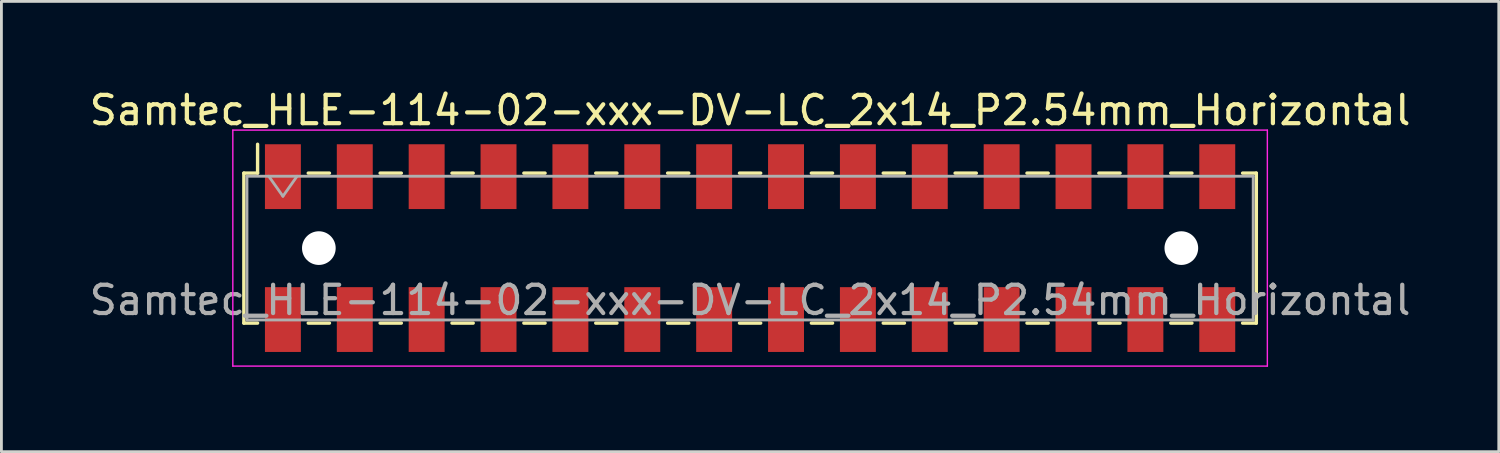
<source format=kicad_pcb>
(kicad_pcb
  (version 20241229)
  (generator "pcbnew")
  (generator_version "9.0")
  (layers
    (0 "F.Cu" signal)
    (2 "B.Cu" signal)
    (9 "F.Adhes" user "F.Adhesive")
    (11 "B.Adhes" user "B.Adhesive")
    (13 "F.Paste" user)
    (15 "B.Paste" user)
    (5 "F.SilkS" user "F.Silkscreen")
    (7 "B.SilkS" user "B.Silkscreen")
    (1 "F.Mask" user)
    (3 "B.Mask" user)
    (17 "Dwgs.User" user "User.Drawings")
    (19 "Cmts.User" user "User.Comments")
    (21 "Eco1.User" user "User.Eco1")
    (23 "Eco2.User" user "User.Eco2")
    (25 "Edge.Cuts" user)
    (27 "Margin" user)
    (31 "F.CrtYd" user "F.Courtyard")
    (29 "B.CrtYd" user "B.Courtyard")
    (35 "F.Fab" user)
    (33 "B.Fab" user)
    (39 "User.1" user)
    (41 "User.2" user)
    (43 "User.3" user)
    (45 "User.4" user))
  (footprint "Samtec_HLE-114-02-xxx-DV-LC_2x14_P2.54mm_Horizontal"
    (layer "F.Cu")
    (at 23.458 5.718)
    (property "Reference" "Samtec_HLE-114-02-xxx-DV-LC_2x14_P2.54mm_Horizontal" (at 0 -4.87 0) (layer "F.SilkS") (effects (font (size 1 1) (thickness 0.15))))
    (attr smd)
    (fp_line (start -17.89 -2.65) (end -17.89 2.65) (stroke (width 0.12) (type solid)) (layer "F.SilkS"))
    (fp_line (start -17.89 2.65) (end -17.405 2.65) (stroke (width 0.12) (type solid)) (layer "F.SilkS"))
    (fp_line (start -17.405 -3.67) (end -17.405 -2.65) (stroke (width 0.12) (type solid)) (layer "F.SilkS"))
    (fp_line (start -17.405 -2.65) (end -17.89 -2.65) (stroke (width 0.12) (type solid)) (layer "F.SilkS"))
    (fp_line (start -15.615 -2.65) (end -14.865 -2.65) (stroke (width 0.12) (type solid)) (layer "F.SilkS"))
    (fp_line (start -15.615 2.65) (end -14.865 2.65) (stroke (width 0.12) (type solid)) (layer "F.SilkS"))
    (fp_line (start -13.075 -2.65) (end -12.325 -2.65) (stroke (width 0.12) (type solid)) (layer "F.SilkS"))
    (fp_line (start -13.075 2.65) (end -12.325 2.65) (stroke (width 0.12) (type solid)) (layer "F.SilkS"))
    (fp_line (start -10.535 -2.65) (end -9.785 -2.65) (stroke (width 0.12) (type solid)) (layer "F.SilkS"))
    (fp_line (start -10.535 2.65) (end -9.785 2.65) (stroke (width 0.12) (type solid)) (layer "F.SilkS"))
    (fp_line (start -7.995 -2.65) (end -7.245 -2.65) (stroke (width 0.12) (type solid)) (layer "F.SilkS"))
    (fp_line (start -7.995 2.65) (end -7.245 2.65) (stroke (width 0.12) (type solid)) (layer "F.SilkS"))
    (fp_line (start -5.455 -2.65) (end -4.705 -2.65) (stroke (width 0.12) (type solid)) (layer "F.SilkS"))
    (fp_line (start -5.455 2.65) (end -4.705 2.65) (stroke (width 0.12) (type solid)) (layer "F.SilkS"))
    (fp_line (start -2.915 -2.65) (end -2.165 -2.65) (stroke (width 0.12) (type solid)) (layer "F.SilkS"))
    (fp_line (start -2.915 2.65) (end -2.165 2.65) (stroke (width 0.12) (type solid)) (layer "F.SilkS"))
    (fp_line (start -0.375 -2.65) (end 0.375 -2.65) (stroke (width 0.12) (type solid)) (layer "F.SilkS"))
    (fp_line (start -0.375 2.65) (end 0.375 2.65) (stroke (width 0.12) (type solid)) (layer "F.SilkS"))
    (fp_line (start 2.165 -2.65) (end 2.915 -2.65) (stroke (width 0.12) (type solid)) (layer "F.SilkS"))
    (fp_line (start 2.165 2.65) (end 2.915 2.65) (stroke (width 0.12) (type solid)) (layer "F.SilkS"))
    (fp_line (start 4.705 -2.65) (end 5.455 -2.65) (stroke (width 0.12) (type solid)) (layer "F.SilkS"))
    (fp_line (start 4.705 2.65) (end 5.455 2.65) (stroke (width 0.12) (type solid)) (layer "F.SilkS"))
    (fp_line (start 7.245 -2.65) (end 7.995 -2.65) (stroke (width 0.12) (type solid)) (layer "F.SilkS"))
    (fp_line (start 7.245 2.65) (end 7.995 2.65) (stroke (width 0.12) (type solid)) (layer "F.SilkS"))
    (fp_line (start 9.785 -2.65) (end 10.535 -2.65) (stroke (width 0.12) (type solid)) (layer "F.SilkS"))
    (fp_line (start 9.785 2.65) (end 10.535 2.65) (stroke (width 0.12) (type solid)) (layer "F.SilkS"))
    (fp_line (start 12.325 -2.65) (end 13.075 -2.65) (stroke (width 0.12) (type solid)) (layer "F.SilkS"))
    (fp_line (start 12.325 2.65) (end 13.075 2.65) (stroke (width 0.12) (type solid)) (layer "F.SilkS"))
    (fp_line (start 14.865 -2.65) (end 15.615 -2.65) (stroke (width 0.12) (type solid)) (layer "F.SilkS"))
    (fp_line (start 14.865 2.65) (end 15.615 2.65) (stroke (width 0.12) (type solid)) (layer "F.SilkS"))
    (fp_line (start 17.405 -2.65) (end 17.89 -2.65) (stroke (width 0.12) (type solid)) (layer "F.SilkS"))
    (fp_line (start 17.89 -2.65) (end 17.89 2.65) (stroke (width 0.12) (type solid)) (layer "F.SilkS"))
    (fp_line (start 17.89 2.65) (end 17.405 2.65) (stroke (width 0.12) (type solid)) (layer "F.SilkS"))
    (fp_line (start -18.28 -4.17) (end 18.28 -4.17) (stroke (width 0.05) (type solid)) (layer "F.CrtYd"))
    (fp_line (start -18.28 4.17) (end -18.28 -4.17) (stroke (width 0.05) (type solid)) (layer "F.CrtYd"))
    (fp_line (start 18.28 -4.17) (end 18.28 4.17) (stroke (width 0.05) (type solid)) (layer "F.CrtYd"))
    (fp_line (start 18.28 4.17) (end -18.28 4.17) (stroke (width 0.05) (type solid)) (layer "F.CrtYd"))
    (fp_line (start -17.78 -2.54) (end 17.78 -2.54) (stroke (width 0.1) (type solid)) (layer "F.Fab"))
    (fp_line (start -17.78 2.54) (end -17.78 -2.54) (stroke (width 0.1) (type solid)) (layer "F.Fab"))
    (fp_line (start -17.01 -2.54) (end -16.51 -1.833) (stroke (width 0.1) (type solid)) (layer "F.Fab"))
    (fp_line (start -16.51 -1.833) (end -16.01 -2.54) (stroke (width 0.1) (type solid)) (layer "F.Fab"))
    (fp_line (start 17.78 -2.54) (end 17.78 2.54) (stroke (width 0.1) (type solid)) (layer "F.Fab"))
    (fp_line (start 17.78 2.54) (end -17.78 2.54) (stroke (width 0.1) (type solid)) (layer "F.Fab"))
    (fp_text user "${REFERENCE}" (at 0 1.84 0) (layer "F.Fab") (effects (font (size 1 1) (thickness 0.15))))
    (pad "" np_thru_hole circle (at -15.24 0) (size 1.19 1.19) (drill 1.19) (layers "*.Cu" "*.Mask"))
    (pad "" np_thru_hole circle (at 15.24 0) (size 1.19 1.19) (drill 1.19) (layers "*.Cu" "*.Mask"))
    (pad "1" smd rect (at -16.51 -2.525) (size 1.27 2.29) (layers "F.Cu" "F.Mask" "F.Paste"))
    (pad "2" smd rect (at -16.51 2.525) (size 1.27 2.29) (layers "F.Cu" "F.Mask" "F.Paste"))
    (pad "3" smd rect (at -13.97 -2.525) (size 1.27 2.29) (layers "F.Cu" "F.Mask" "F.Paste"))
    (pad "4" smd rect (at -13.97 2.525) (size 1.27 2.29) (layers "F.Cu" "F.Mask" "F.Paste"))
    (pad "5" smd rect (at -11.43 -2.525) (size 1.27 2.29) (layers "F.Cu" "F.Mask" "F.Paste"))
    (pad "6" smd rect (at -11.43 2.525) (size 1.27 2.29) (layers "F.Cu" "F.Mask" "F.Paste"))
    (pad "7" smd rect (at -8.89 -2.525) (size 1.27 2.29) (layers "F.Cu" "F.Mask" "F.Paste"))
    (pad "8" smd rect (at -8.89 2.525) (size 1.27 2.29) (layers "F.Cu" "F.Mask" "F.Paste"))
    (pad "9" smd rect (at -6.35 -2.525) (size 1.27 2.29) (layers "F.Cu" "F.Mask" "F.Paste"))
    (pad "10" smd rect (at -6.35 2.525) (size 1.27 2.29) (layers "F.Cu" "F.Mask" "F.Paste"))
    (pad "11" smd rect (at -3.81 -2.525) (size 1.27 2.29) (layers "F.Cu" "F.Mask" "F.Paste"))
    (pad "12" smd rect (at -3.81 2.525) (size 1.27 2.29) (layers "F.Cu" "F.Mask" "F.Paste"))
    (pad "13" smd rect (at -1.27 -2.525) (size 1.27 2.29) (layers "F.Cu" "F.Mask" "F.Paste"))
    (pad "14" smd rect (at -1.27 2.525) (size 1.27 2.29) (layers "F.Cu" "F.Mask" "F.Paste"))
    (pad "15" smd rect (at 1.27 -2.525) (size 1.27 2.29) (layers "F.Cu" "F.Mask" "F.Paste"))
    (pad "16" smd rect (at 1.27 2.525) (size 1.27 2.29) (layers "F.Cu" "F.Mask" "F.Paste"))
    (pad "17" smd rect (at 3.81 -2.525) (size 1.27 2.29) (layers "F.Cu" "F.Mask" "F.Paste"))
    (pad "18" smd rect (at 3.81 2.525) (size 1.27 2.29) (layers "F.Cu" "F.Mask" "F.Paste"))
    (pad "19" smd rect (at 6.35 -2.525) (size 1.27 2.29) (layers "F.Cu" "F.Mask" "F.Paste"))
    (pad "20" smd rect (at 6.35 2.525) (size 1.27 2.29) (layers "F.Cu" "F.Mask" "F.Paste"))
    (pad "21" smd rect (at 8.89 -2.525) (size 1.27 2.29) (layers "F.Cu" "F.Mask" "F.Paste"))
    (pad "22" smd rect (at 8.89 2.525) (size 1.27 2.29) (layers "F.Cu" "F.Mask" "F.Paste"))
    (pad "23" smd rect (at 11.43 -2.525) (size 1.27 2.29) (layers "F.Cu" "F.Mask" "F.Paste"))
    (pad "24" smd rect (at 11.43 2.525) (size 1.27 2.29) (layers "F.Cu" "F.Mask" "F.Paste"))
    (pad "25" smd rect (at 13.97 -2.525) (size 1.27 2.29) (layers "F.Cu" "F.Mask" "F.Paste"))
    (pad "26" smd rect (at 13.97 2.525) (size 1.27 2.29) (layers "F.Cu" "F.Mask" "F.Paste"))
    (pad "27" smd rect (at 16.51 -2.525) (size 1.27 2.29) (layers "F.Cu" "F.Mask" "F.Paste"))
    (pad "28" smd rect (at 16.51 2.525) (size 1.27 2.29) (layers "F.Cu" "F.Mask" "F.Paste")))
  (gr_rect
    (start -3 -3)
    (end 49.917 12.913)
    (stroke (width 0.1) (type default))
    (fill no)
    (layer "Edge.Cuts")))
</source>
